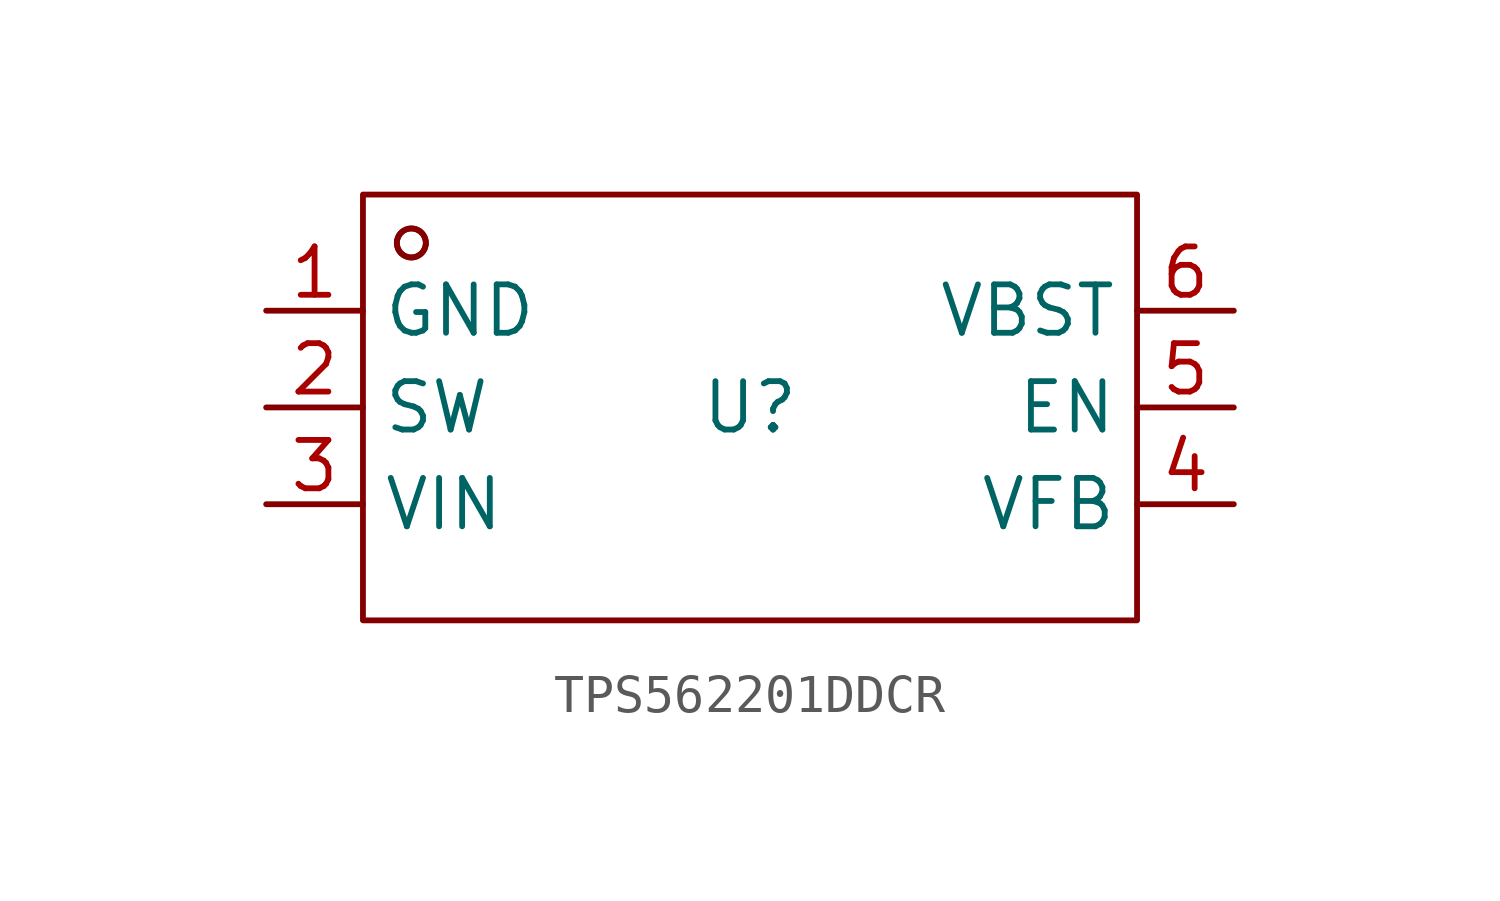
<source format=kicad_sym>
(kicad_symbol_lib
  (version 20241209)
  (generator "kicad_symbol_editor")
  (generator_version "9.0")
  (symbol "TPS562201DDCR"
    (property "Reference" "U"
      (at 0 0 0)
      (effects (font (size 1.27 1.27))))
    (property "Value" ""
      (at 0 0 0)
      (effects (font (size 1.27 1.27))))
    (symbol "TPS562201DDCR_1_0"
      (rectangle (start -10.16 -5.588) (end 10.16 5.588) (stroke (width 0) (type default)) (fill (type none)))
      (circle (center -8.89 4.318) (radius 0.381) (stroke (width 0) (type default)) (fill (type none)))
      (circle (center -8.89 4.318) (radius 0.381) (stroke (width 0) (type default)) (fill (type none)))
      (pin unspecified line (at -12.7 2.54 0) (length 2.54) (name "GND" (effects (font (size 1.27 1.27)))) (number "1" (effects (font (size 1.27 1.27)))))
      (pin unspecified line (at -12.7 0 0) (length 2.54) (name "SW" (effects (font (size 1.27 1.27)))) (number "2" (effects (font (size 1.27 1.27)))))
      (pin unspecified line (at -12.7 -2.54 0) (length 2.54) (name "VIN" (effects (font (size 1.27 1.27)))) (number "3" (effects (font (size 1.27 1.27)))))
      (pin unspecified line (at 12.7 2.54 180) (length 2.54) (name "VBST" (effects (font (size 1.27 1.27)))) (number "6" (effects (font (size 1.27 1.27)))))
      (pin unspecified line (at 12.7 0 180) (length 2.54) (name "EN" (effects (font (size 1.27 1.27)))) (number "5" (effects (font (size 1.27 1.27)))))
      (pin unspecified line (at 12.7 -2.54 180) (length 2.54) (name "VFB" (effects (font (size 1.27 1.27)))) (number "4" (effects (font (size 1.27 1.27))))))))
</source>
